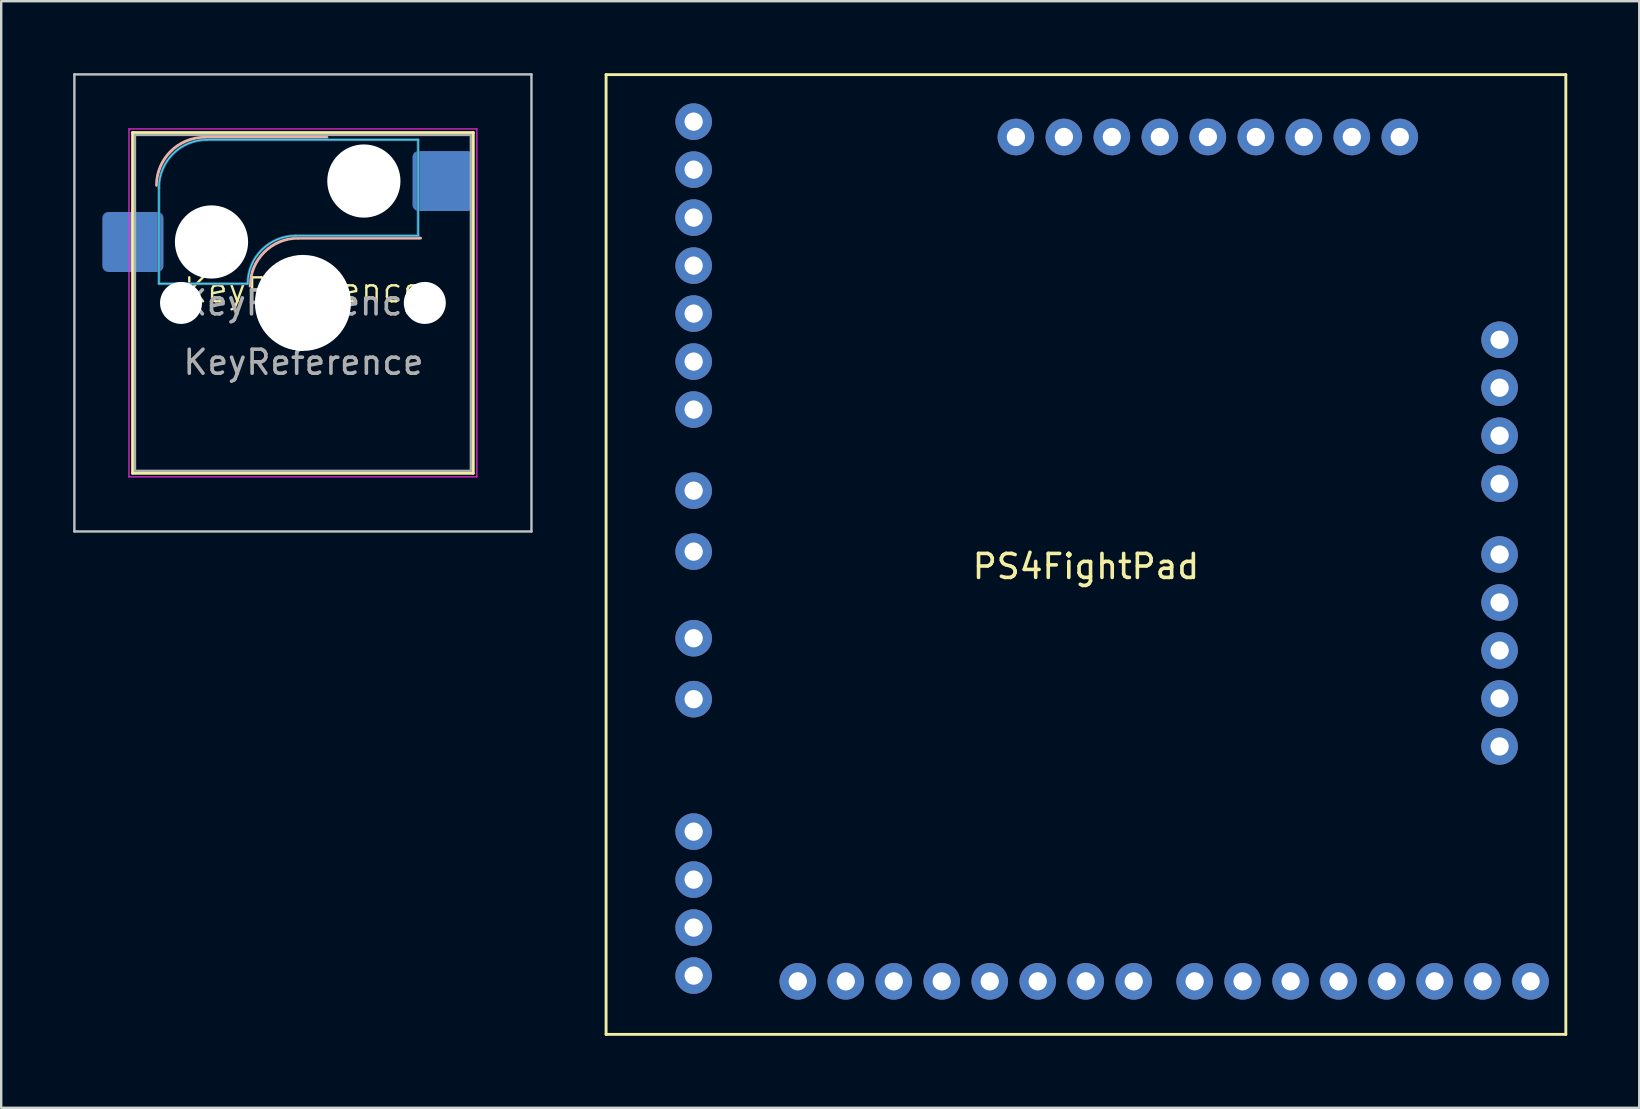
<source format=kicad_pcb>
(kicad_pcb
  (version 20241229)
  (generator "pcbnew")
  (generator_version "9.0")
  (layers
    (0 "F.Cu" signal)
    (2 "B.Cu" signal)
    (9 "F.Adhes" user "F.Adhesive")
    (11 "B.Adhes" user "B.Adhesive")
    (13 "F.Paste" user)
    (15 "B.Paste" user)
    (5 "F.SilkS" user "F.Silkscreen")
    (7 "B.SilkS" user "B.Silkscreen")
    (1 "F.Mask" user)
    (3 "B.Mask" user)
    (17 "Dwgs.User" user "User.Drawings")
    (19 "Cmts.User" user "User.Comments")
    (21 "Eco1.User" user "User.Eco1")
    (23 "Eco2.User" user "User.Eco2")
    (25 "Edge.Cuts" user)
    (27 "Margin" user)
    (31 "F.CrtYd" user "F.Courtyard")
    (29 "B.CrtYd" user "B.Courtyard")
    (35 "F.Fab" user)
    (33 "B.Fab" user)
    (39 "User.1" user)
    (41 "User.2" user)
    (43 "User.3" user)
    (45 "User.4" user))
  (footprint "KeyReference"
    (layer "F.Cu")
    (at 9.575 9.55)
    (property "Reference" "KeyReference" (at 0.025 -0.5 0) (unlocked yes) (layer "F.SilkS") (effects (font (size 1 1) (thickness 0.1))))
    (attr smd)
    (fp_line (start -7.1 -7.075) (end -7.1 7.125) (stroke (width 0.12) (type solid)) (layer "F.SilkS"))
    (fp_line (start -7.1 7.125) (end 7.1 7.125) (stroke (width 0.12) (type solid)) (layer "F.SilkS"))
    (fp_line (start 7.1 -7.075) (end -7.1 -7.075) (stroke (width 0.12) (type solid)) (layer "F.SilkS"))
    (fp_line (start 7.1 7.125) (end 7.1 -7.075) (stroke (width 0.12) (type solid)) (layer "F.SilkS"))
    (fp_line (start -4.1 -6.875) (end 1 -6.875) (stroke (width 0.12) (type solid)) (layer "B.SilkS"))
    (fp_line (start -0.2 -2.675) (end 4.9 -2.675) (stroke (width 0.12) (type solid)) (layer "B.SilkS"))
    (fp_arc (start -6.1 -4.875) (mid -5.514214 -6.289214) (end -4.1 -6.875) (stroke (width 0.12) (type solid)) (layer "B.SilkS"))
    (fp_arc (start -2.2 -0.675) (mid -1.614214 -2.089214) (end -0.2 -2.675) (stroke (width 0.12) (type solid)) (layer "B.SilkS"))
    (fp_line (start -9.525 -9.5) (end -9.525 9.55) (stroke (width 0.1) (type solid)) (layer "Dwgs.User"))
    (fp_line (start -9.525 9.55) (end 9.525 9.55) (stroke (width 0.1) (type solid)) (layer "Dwgs.User"))
    (fp_line (start 9.525 -9.5) (end -9.525 -9.5) (stroke (width 0.1) (type solid)) (layer "Dwgs.User"))
    (fp_line (start 9.525 9.55) (end 9.525 -9.5) (stroke (width 0.1) (type solid)) (layer "Dwgs.User"))
    (fp_line (start -7.8 -5.975) (end -7 -5.975) (stroke (width 0.1) (type solid)) (layer "Eco1.User"))
    (fp_line (start -7.8 -2.875) (end -7.8 -5.975) (stroke (width 0.1) (type solid)) (layer "Eco1.User"))
    (fp_line (start -7.8 2.925) (end -7 2.925) (stroke (width 0.1) (type solid)) (layer "Eco1.User"))
    (fp_line (start -7.8 6.025) (end -7.8 2.925) (stroke (width 0.1) (type solid)) (layer "Eco1.User"))
    (fp_line (start -7 -6.975) (end 7 -6.975) (stroke (width 0.1) (type solid)) (layer "Eco1.User"))
    (fp_line (start -7 -5.975) (end -7 -6.975) (stroke (width 0.1) (type solid)) (layer "Eco1.User"))
    (fp_line (start -7 -2.875) (end -7.8 -2.875) (stroke (width 0.1) (type solid)) (layer "Eco1.User"))
    (fp_line (start -7 2.925) (end -7 -2.875) (stroke (width 0.1) (type solid)) (layer "Eco1.User"))
    (fp_line (start -7 6.025) (end -7.8 6.025) (stroke (width 0.1) (type solid)) (layer "Eco1.User"))
    (fp_line (start -7 7.025) (end -7 6.025) (stroke (width 0.1) (type solid)) (layer "Eco1.User"))
    (fp_line (start 7 -6.975) (end 7 -5.975) (stroke (width 0.1) (type solid)) (layer "Eco1.User"))
    (fp_line (start 7 -5.975) (end 7.8 -5.975) (stroke (width 0.1) (type solid)) (layer "Eco1.User"))
    (fp_line (start 7 -2.875) (end 7 2.925) (stroke (width 0.1) (type solid)) (layer "Eco1.User"))
    (fp_line (start 7 2.925) (end 7.8 2.925) (stroke (width 0.1) (type solid)) (layer "Eco1.User"))
    (fp_line (start 7 6.025) (end 7 7.025) (stroke (width 0.1) (type solid)) (layer "Eco1.User"))
    (fp_line (start 7 7.025) (end -7 7.025) (stroke (width 0.1) (type solid)) (layer "Eco1.User"))
    (fp_line (start 7.8 -5.975) (end 7.8 -2.875) (stroke (width 0.1) (type solid)) (layer "Eco1.User"))
    (fp_line (start 7.8 -2.875) (end 7 -2.875) (stroke (width 0.1) (type solid)) (layer "Eco1.User"))
    (fp_line (start 7.8 2.925) (end 7.8 6.025) (stroke (width 0.1) (type solid)) (layer "Eco1.User"))
    (fp_line (start 7.8 6.025) (end 7 6.025) (stroke (width 0.1) (type solid)) (layer "Eco1.User"))
    (fp_line (start -6 -0.775) (end -6 -4.775) (stroke (width 0.05) (type solid)) (layer "B.CrtYd"))
    (fp_line (start -6 -0.775) (end -2.3 -0.775) (stroke (width 0.05) (type solid)) (layer "B.CrtYd"))
    (fp_line (start -4 -6.775) (end 4.8 -6.775) (stroke (width 0.05) (type solid)) (layer "B.CrtYd"))
    (fp_line (start -0.3 -2.775) (end 4.8 -2.775) (stroke (width 0.05) (type solid)) (layer "B.CrtYd"))
    (fp_line (start 4.8 -6.775) (end 4.8 -2.775) (stroke (width 0.05) (type solid)) (layer "B.CrtYd"))
    (fp_arc (start -6 -4.775) (mid -5.414214 -6.189214) (end -4 -6.775) (stroke (width 0.05) (type solid)) (layer "B.CrtYd"))
    (fp_arc (start -2.3 -0.775) (mid -1.714214 -2.189214) (end -0.3 -2.775) (stroke (width 0.05) (type solid)) (layer "B.CrtYd"))
    (fp_line (start -7.25 -7.225) (end -7.25 7.275) (stroke (width 0.05) (type solid)) (layer "F.CrtYd"))
    (fp_line (start -7.25 7.275) (end 7.25 7.275) (stroke (width 0.05) (type solid)) (layer "F.CrtYd"))
    (fp_line (start 7.25 -7.225) (end -7.25 -7.225) (stroke (width 0.05) (type solid)) (layer "F.CrtYd"))
    (fp_line (start 7.25 7.275) (end 7.25 -7.225) (stroke (width 0.05) (type solid)) (layer "F.CrtYd"))
    (fp_line (start -6 -0.775) (end -6 -4.775) (stroke (width 0.12) (type solid)) (layer "B.Fab"))
    (fp_line (start -6 -0.775) (end -2.3 -0.775) (stroke (width 0.12) (type solid)) (layer "B.Fab"))
    (fp_line (start -4 -6.775) (end 4.8 -6.775) (stroke (width 0.12) (type solid)) (layer "B.Fab"))
    (fp_line (start -0.3 -2.775) (end 4.8 -2.775) (stroke (width 0.12) (type solid)) (layer "B.Fab"))
    (fp_line (start 4.8 -6.775) (end 4.8 -2.775) (stroke (width 0.12) (type solid)) (layer "B.Fab"))
    (fp_arc (start -6 -4.775) (mid -5.414214 -6.189214) (end -4 -6.775) (stroke (width 0.12) (type solid)) (layer "B.Fab"))
    (fp_arc (start -2.3 -0.775) (mid -1.714214 -2.189214) (end -0.3 -2.775) (stroke (width 0.12) (type solid)) (layer "B.Fab"))
    (fp_line (start -7 -6.975) (end -7 7.025) (stroke (width 0.1) (type solid)) (layer "F.Fab"))
    (fp_line (start -7 7.025) (end 7 7.025) (stroke (width 0.1) (type solid)) (layer "F.Fab"))
    (fp_line (start 7 -6.975) (end -7 -6.975) (stroke (width 0.1) (type solid)) (layer "F.Fab"))
    (fp_line (start 7 7.025) (end 7 -6.975) (stroke (width 0.1) (type solid)) (layer "F.Fab"))
    (fp_text user "${REFERENCE}" (at 0 0.025 0) (layer "F.Fab") (effects (font (size 1 1) (thickness 0.15))))
    (fp_text user "${REFERENCE}" (at 0.025 2.5 0) (unlocked yes) (layer "F.Fab") (effects (font (size 1 1) (thickness 0.15))))
    (pad "" np_thru_hole circle (at -5.08 0.025) (size 1.75 1.75) (drill 1.75) (layers "*.Cu" "*.Mask"))
    (pad "" np_thru_hole circle (at -3.81 -2.515) (size 3.05 3.05) (drill 3.05) (layers "*.Cu" "*.Mask"))
    (pad "" np_thru_hole circle (at 0 0.025) (size 4 4) (drill 4) (layers "*.Cu" "*.Mask"))
    (pad "" np_thru_hole circle (at 2.54 -5.055) (size 3.05 3.05) (drill 3.05) (layers "*.Cu" "*.Mask"))
    (pad "" np_thru_hole circle (at 5.08 0.025) (size 1.75 1.75) (drill 1.75) (layers "*.Cu" "*.Mask"))
    (pad "1" smd roundrect (at -7.085 -2.515) (size 2.55 2.5) (layers "B.Cu" "B.Mask" "B.Paste") (roundrect_rratio 0.1))
    (pad "2" smd roundrect (at 5.842 -5.055) (size 2.55 2.5) (layers "B.Cu" "B.Mask" "B.Paste") (roundrect_rratio 0.1)))
  (footprint "PS4FightPad"
    (layer "F.Cu")
    (at 42.21 20.06)
    (property "Reference" "PS4FightPad" (at 0 0.5 0) (layer "F.SilkS") (effects (font (size 1 1) (thickness 0.15))))
    (attr through_hole)
    (fp_line (start -20 -20) (end -20 20) (stroke (width 0.12) (type solid)) (layer "F.SilkS"))
    (fp_line (start -20 -20) (end 20 -20) (stroke (width 0.12) (type solid)) (layer "F.SilkS"))
    (fp_line (start -20 20) (end 20 20) (stroke (width 0.12) (type solid)) (layer "F.SilkS"))
    (fp_line (start 20 -20) (end 20 20) (stroke (width 0.12) (type solid)) (layer "F.SilkS"))
    (pad "1" thru_hole circle (at -16.35 17.55) (size 1.524 1.524) (drill 0.762) (layers "*.Cu" "*.Mask"))
    (pad "2" thru_hole circle (at -16.35 15.55) (size 1.524 1.524) (drill 0.762) (layers "*.Cu" "*.Mask"))
    (pad "3" thru_hole circle (at -16.35 13.55 90) (size 1.524 1.524) (drill 0.762) (layers "*.Cu" "*.Mask"))
    (pad "4" thru_hole circle (at -16.35 11.55) (size 1.524 1.524) (drill 0.762) (layers "*.Cu" "*.Mask"))
    (pad "5" thru_hole circle (at -16.35 6.03) (size 1.524 1.524) (drill 0.762) (layers "*.Cu" "*.Mask"))
    (pad "6" thru_hole circle (at -16.35 3.49) (size 1.524 1.524) (drill 0.762) (layers "*.Cu" "*.Mask"))
    (pad "7" thru_hole circle (at -16.35 -0.12) (size 1.524 1.524) (drill 0.762) (layers "*.Cu" "*.Mask"))
    (pad "8" thru_hole circle (at -16.35 -2.66) (size 1.524 1.524) (drill 0.762) (layers "*.Cu" "*.Mask"))
    (pad "9" thru_hole circle (at -16.35 -6.04) (size 1.524 1.524) (drill 0.762) (layers "*.Cu" "*.Mask"))
    (pad "10" thru_hole circle (at -16.35 -8.04) (size 1.524 1.524) (drill 0.762) (layers "*.Cu" "*.Mask"))
    (pad "11" thru_hole circle (at -16.35 -10.04) (size 1.524 1.524) (drill 0.762) (layers "*.Cu" "*.Mask"))
    (pad "12" thru_hole circle (at -16.35 -12.04) (size 1.524 1.524) (drill 0.762) (layers "*.Cu" "*.Mask"))
    (pad "13" thru_hole circle (at -16.35 -14.04) (size 1.524 1.524) (drill 0.762) (layers "*.Cu" "*.Mask"))
    (pad "14" thru_hole circle (at -16.35 -16.04) (size 1.524 1.524) (drill 0.762) (layers "*.Cu" "*.Mask"))
    (pad "15" thru_hole circle (at -16.35 -18.04) (size 1.524 1.524) (drill 0.762) (layers "*.Cu" "*.Mask"))
    (pad "16" thru_hole circle (at -2.92 -17.4) (size 1.524 1.524) (drill 0.762) (layers "*.Cu" "*.Mask"))
    (pad "17" thru_hole circle (at -0.92 -17.4) (size 1.524 1.524) (drill 0.762) (layers "*.Cu" "*.Mask"))
    (pad "18" thru_hole circle (at 1.08 -17.4) (size 1.524 1.524) (drill 0.762) (layers "*.Cu" "*.Mask"))
    (pad "19" thru_hole circle (at 3.08 -17.4) (size 1.524 1.524) (drill 0.762) (layers "*.Cu" "*.Mask"))
    (pad "20" thru_hole circle (at 5.08 -17.4) (size 1.524 1.524) (drill 0.762) (layers "*.Cu" "*.Mask"))
    (pad "21" thru_hole circle (at 7.08 -17.4) (size 1.524 1.524) (drill 0.762) (layers "*.Cu" "*.Mask"))
    (pad "22" thru_hole circle (at 9.08 -17.4) (size 1.524 1.524) (drill 0.762) (layers "*.Cu" "*.Mask"))
    (pad "23" thru_hole circle (at 11.08 -17.4) (size 1.524 1.524) (drill 0.762) (layers "*.Cu" "*.Mask"))
    (pad "24" thru_hole circle (at 13.08 -17.4) (size 1.524 1.524) (drill 0.762) (layers "*.Cu" "*.Mask"))
    (pad "25" thru_hole circle (at 17.24 -8.95) (size 1.524 1.524) (drill 0.762) (layers "*.Cu" "*.Mask"))
    (pad "26" thru_hole circle (at 17.24 -6.95) (size 1.524 1.524) (drill 0.762) (layers "*.Cu" "*.Mask"))
    (pad "27" thru_hole circle (at 17.24 -4.95) (size 1.524 1.524) (drill 0.762) (layers "*.Cu" "*.Mask"))
    (pad "28" thru_hole circle (at 17.24 -2.95) (size 1.524 1.524) (drill 0.762) (layers "*.Cu" "*.Mask"))
    (pad "29" thru_hole circle (at 17.24 0) (size 1.524 1.524) (drill 0.762) (layers "*.Cu" "*.Mask"))
    (pad "30" thru_hole circle (at 17.24 2) (size 1.524 1.524) (drill 0.762) (layers "*.Cu" "*.Mask"))
    (pad "31" thru_hole circle (at 17.24 4) (size 1.524 1.524) (drill 0.762) (layers "*.Cu" "*.Mask"))
    (pad "32" thru_hole circle (at 17.24 6) (size 1.524 1.524) (drill 0.762) (layers "*.Cu" "*.Mask"))
    (pad "33" thru_hole circle (at 17.24 8) (size 1.524 1.524) (drill 0.762) (layers "*.Cu" "*.Mask"))
    (pad "34" thru_hole circle (at 18.53 17.79) (size 1.524 1.524) (drill 0.762) (layers "*.Cu" "*.Mask"))
    (pad "35" thru_hole circle (at 16.53 17.79) (size 1.524 1.524) (drill 0.762) (layers "*.Cu" "*.Mask"))
    (pad "36" thru_hole circle (at 14.53 17.79) (size 1.524 1.524) (drill 0.762) (layers "*.Cu" "*.Mask"))
    (pad "37" thru_hole circle (at 12.53 17.79) (size 1.524 1.524) (drill 0.762) (layers "*.Cu" "*.Mask"))
    (pad "38" thru_hole circle (at 10.53 17.79) (size 1.524 1.524) (drill 0.762) (layers "*.Cu" "*.Mask"))
    (pad "39" thru_hole circle (at 8.53 17.79) (size 1.524 1.524) (drill 0.762) (layers "*.Cu" "*.Mask"))
    (pad "40" thru_hole circle (at 6.53 17.79) (size 1.524 1.524) (drill 0.762) (layers "*.Cu" "*.Mask"))
    (pad "41" thru_hole circle (at 4.53 17.79) (size 1.524 1.524) (drill 0.762) (layers "*.Cu" "*.Mask"))
    (pad "42" thru_hole circle (at 1.99 17.79) (size 1.524 1.524) (drill 0.762) (layers "*.Cu" "*.Mask"))
    (pad "43" thru_hole circle (at -0.01 17.79) (size 1.524 1.524) (drill 0.762) (layers "*.Cu" "*.Mask"))
    (pad "44" thru_hole circle (at -2.01 17.79) (size 1.524 1.524) (drill 0.762) (layers "*.Cu" "*.Mask"))
    (pad "45" thru_hole circle (at -4.01 17.79) (size 1.524 1.524) (drill 0.762) (layers "*.Cu" "*.Mask"))
    (pad "46" thru_hole circle (at -6.01 17.79) (size 1.524 1.524) (drill 0.762) (layers "*.Cu" "*.Mask"))
    (pad "47" thru_hole circle (at -8.01 17.79) (size 1.524 1.524) (drill 0.762) (layers "*.Cu" "*.Mask"))
    (pad "48" thru_hole circle (at -10.01 17.79) (size 1.524 1.524) (drill 0.762) (layers "*.Cu" "*.Mask"))
    (pad "49" thru_hole circle (at -12.01 17.79) (size 1.524 1.524) (drill 0.762) (layers "*.Cu" "*.Mask")))
  (gr_rect
    (start -3 -3)
    (end 65.27 43.12)
    (stroke (width 0.1) (type default))
    (fill no)
    (layer "Edge.Cuts")))
</source>
